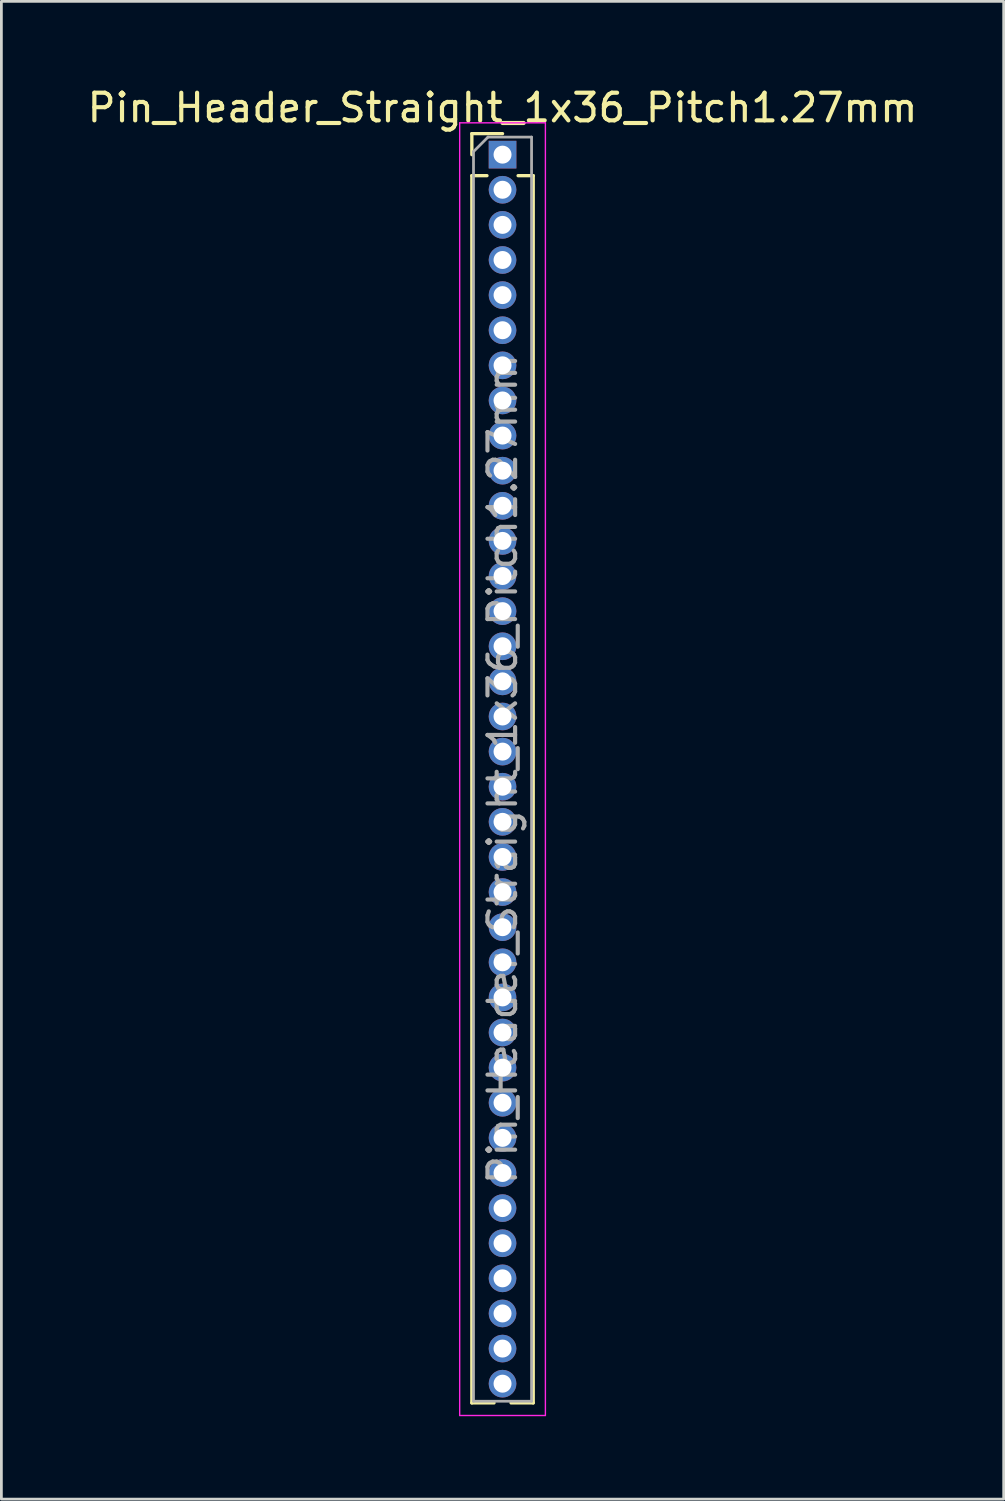
<source format=kicad_pcb>
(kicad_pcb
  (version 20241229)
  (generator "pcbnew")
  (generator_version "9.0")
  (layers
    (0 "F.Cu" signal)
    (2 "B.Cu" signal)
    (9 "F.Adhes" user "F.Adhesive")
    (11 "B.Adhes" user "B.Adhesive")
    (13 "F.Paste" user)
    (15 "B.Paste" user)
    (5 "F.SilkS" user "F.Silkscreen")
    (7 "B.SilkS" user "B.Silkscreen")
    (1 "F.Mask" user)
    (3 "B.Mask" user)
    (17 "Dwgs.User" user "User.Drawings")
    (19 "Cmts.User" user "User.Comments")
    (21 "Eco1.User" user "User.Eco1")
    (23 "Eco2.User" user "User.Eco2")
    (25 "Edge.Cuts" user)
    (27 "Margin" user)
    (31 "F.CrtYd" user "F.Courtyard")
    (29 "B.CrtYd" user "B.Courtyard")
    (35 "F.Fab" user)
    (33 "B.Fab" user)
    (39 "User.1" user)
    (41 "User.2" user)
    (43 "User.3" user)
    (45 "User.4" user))
  (footprint "Pin_Header_Straight_1x36_Pitch1.27mm"
    (layer "F.Cu")
    (at 15.125 2.543)
    (property "Reference" "Pin_Header_Straight_1x36_Pitch1.27mm" (at 0 -1.695 0) (layer "F.SilkS") (effects (font (size 1 1) (thickness 0.15))))
    (attr through_hole)
    (fp_line (start -1.11 -0.76) (end 0 -0.76) (stroke (width 0.12) (type solid)) (layer "F.SilkS"))
    (fp_line (start -1.11 0) (end -1.11 -0.76) (stroke (width 0.12) (type solid)) (layer "F.SilkS"))
    (fp_line (start -1.11 0.76) (end -1.11 45.145) (stroke (width 0.12) (type solid)) (layer "F.SilkS"))
    (fp_line (start -1.11 0.76) (end -0.563 0.76) (stroke (width 0.12) (type solid)) (layer "F.SilkS"))
    (fp_line (start -1.11 45.145) (end -0.308 45.145) (stroke (width 0.12) (type solid)) (layer "F.SilkS"))
    (fp_line (start 0.308 45.145) (end 1.11 45.145) (stroke (width 0.12) (type solid)) (layer "F.SilkS"))
    (fp_line (start 0.563 0.76) (end 1.11 0.76) (stroke (width 0.12) (type solid)) (layer "F.SilkS"))
    (fp_line (start 1.11 0.76) (end 1.11 45.145) (stroke (width 0.12) (type solid)) (layer "F.SilkS"))
    (fp_line (start -1.55 -1.15) (end -1.55 45.6) (stroke (width 0.05) (type solid)) (layer "F.CrtYd"))
    (fp_line (start -1.55 45.6) (end 1.55 45.6) (stroke (width 0.05) (type solid)) (layer "F.CrtYd"))
    (fp_line (start 1.55 -1.15) (end -1.55 -1.15) (stroke (width 0.05) (type solid)) (layer "F.CrtYd"))
    (fp_line (start 1.55 45.6) (end 1.55 -1.15) (stroke (width 0.05) (type solid)) (layer "F.CrtYd"))
    (fp_line (start -1.05 -0.11) (end -0.525 -0.635) (stroke (width 0.1) (type solid)) (layer "F.Fab"))
    (fp_line (start -1.05 45.085) (end -1.05 -0.11) (stroke (width 0.1) (type solid)) (layer "F.Fab"))
    (fp_line (start -0.525 -0.635) (end 1.05 -0.635) (stroke (width 0.1) (type solid)) (layer "F.Fab"))
    (fp_line (start 1.05 -0.635) (end 1.05 45.085) (stroke (width 0.1) (type solid)) (layer "F.Fab"))
    (fp_line (start 1.05 45.085) (end -1.05 45.085) (stroke (width 0.1) (type solid)) (layer "F.Fab"))
    (fp_text user "${REFERENCE}" (at 0 22.225 90) (layer "F.Fab") (effects (font (size 1 1) (thickness 0.15))))
    (pad "1" thru_hole rect (at 0 0) (size 1 1) (drill 0.65) (layers "*.Cu" "*.Mask"))
    (pad "2" thru_hole oval (at 0 1.27) (size 1 1) (drill 0.65) (layers "*.Cu" "*.Mask"))
    (pad "3" thru_hole oval (at 0 2.54) (size 1 1) (drill 0.65) (layers "*.Cu" "*.Mask"))
    (pad "4" thru_hole oval (at 0 3.81) (size 1 1) (drill 0.65) (layers "*.Cu" "*.Mask"))
    (pad "5" thru_hole oval (at 0 5.08) (size 1 1) (drill 0.65) (layers "*.Cu" "*.Mask"))
    (pad "6" thru_hole oval (at 0 6.35) (size 1 1) (drill 0.65) (layers "*.Cu" "*.Mask"))
    (pad "7" thru_hole oval (at 0 7.62) (size 1 1) (drill 0.65) (layers "*.Cu" "*.Mask"))
    (pad "8" thru_hole oval (at 0 8.89) (size 1 1) (drill 0.65) (layers "*.Cu" "*.Mask"))
    (pad "9" thru_hole oval (at 0 10.16) (size 1 1) (drill 0.65) (layers "*.Cu" "*.Mask"))
    (pad "10" thru_hole oval (at 0 11.43) (size 1 1) (drill 0.65) (layers "*.Cu" "*.Mask"))
    (pad "11" thru_hole oval (at 0 12.7) (size 1 1) (drill 0.65) (layers "*.Cu" "*.Mask"))
    (pad "12" thru_hole oval (at 0 13.97) (size 1 1) (drill 0.65) (layers "*.Cu" "*.Mask"))
    (pad "13" thru_hole oval (at 0 15.24) (size 1 1) (drill 0.65) (layers "*.Cu" "*.Mask"))
    (pad "14" thru_hole oval (at 0 16.51) (size 1 1) (drill 0.65) (layers "*.Cu" "*.Mask"))
    (pad "15" thru_hole oval (at 0 17.78) (size 1 1) (drill 0.65) (layers "*.Cu" "*.Mask"))
    (pad "16" thru_hole oval (at 0 19.05) (size 1 1) (drill 0.65) (layers "*.Cu" "*.Mask"))
    (pad "17" thru_hole oval (at 0 20.32) (size 1 1) (drill 0.65) (layers "*.Cu" "*.Mask"))
    (pad "18" thru_hole oval (at 0 21.59) (size 1 1) (drill 0.65) (layers "*.Cu" "*.Mask"))
    (pad "19" thru_hole oval (at 0 22.86) (size 1 1) (drill 0.65) (layers "*.Cu" "*.Mask"))
    (pad "20" thru_hole oval (at 0 24.13) (size 1 1) (drill 0.65) (layers "*.Cu" "*.Mask"))
    (pad "21" thru_hole oval (at 0 25.4) (size 1 1) (drill 0.65) (layers "*.Cu" "*.Mask"))
    (pad "22" thru_hole oval (at 0 26.67) (size 1 1) (drill 0.65) (layers "*.Cu" "*.Mask"))
    (pad "23" thru_hole oval (at 0 27.94) (size 1 1) (drill 0.65) (layers "*.Cu" "*.Mask"))
    (pad "24" thru_hole oval (at 0 29.21) (size 1 1) (drill 0.65) (layers "*.Cu" "*.Mask"))
    (pad "25" thru_hole oval (at 0 30.48) (size 1 1) (drill 0.65) (layers "*.Cu" "*.Mask"))
    (pad "26" thru_hole oval (at 0 31.75) (size 1 1) (drill 0.65) (layers "*.Cu" "*.Mask"))
    (pad "27" thru_hole oval (at 0 33.02) (size 1 1) (drill 0.65) (layers "*.Cu" "*.Mask"))
    (pad "28" thru_hole oval (at 0 34.29) (size 1 1) (drill 0.65) (layers "*.Cu" "*.Mask"))
    (pad "29" thru_hole oval (at 0 35.56) (size 1 1) (drill 0.65) (layers "*.Cu" "*.Mask"))
    (pad "30" thru_hole oval (at 0 36.83) (size 1 1) (drill 0.65) (layers "*.Cu" "*.Mask"))
    (pad "31" thru_hole oval (at 0 38.1) (size 1 1) (drill 0.65) (layers "*.Cu" "*.Mask"))
    (pad "32" thru_hole oval (at 0 39.37) (size 1 1) (drill 0.65) (layers "*.Cu" "*.Mask"))
    (pad "33" thru_hole oval (at 0 40.64) (size 1 1) (drill 0.65) (layers "*.Cu" "*.Mask"))
    (pad "34" thru_hole oval (at 0 41.91) (size 1 1) (drill 0.65) (layers "*.Cu" "*.Mask"))
    (pad "35" thru_hole oval (at 0 43.18) (size 1 1) (drill 0.65) (layers "*.Cu" "*.Mask"))
    (pad "36" thru_hole oval (at 0 44.45) (size 1 1) (drill 0.65) (layers "*.Cu" "*.Mask")))
  (gr_rect
    (start -3 -3)
    (end 33.25 51.168)
    (stroke (width 0.1) (type default))
    (fill no)
    (layer "Edge.Cuts")))
</source>
